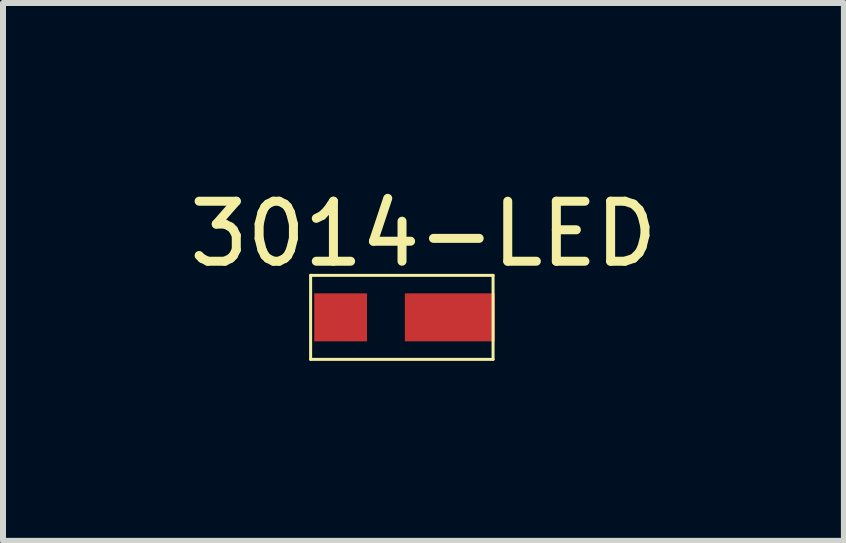
<source format=kicad_pcb>
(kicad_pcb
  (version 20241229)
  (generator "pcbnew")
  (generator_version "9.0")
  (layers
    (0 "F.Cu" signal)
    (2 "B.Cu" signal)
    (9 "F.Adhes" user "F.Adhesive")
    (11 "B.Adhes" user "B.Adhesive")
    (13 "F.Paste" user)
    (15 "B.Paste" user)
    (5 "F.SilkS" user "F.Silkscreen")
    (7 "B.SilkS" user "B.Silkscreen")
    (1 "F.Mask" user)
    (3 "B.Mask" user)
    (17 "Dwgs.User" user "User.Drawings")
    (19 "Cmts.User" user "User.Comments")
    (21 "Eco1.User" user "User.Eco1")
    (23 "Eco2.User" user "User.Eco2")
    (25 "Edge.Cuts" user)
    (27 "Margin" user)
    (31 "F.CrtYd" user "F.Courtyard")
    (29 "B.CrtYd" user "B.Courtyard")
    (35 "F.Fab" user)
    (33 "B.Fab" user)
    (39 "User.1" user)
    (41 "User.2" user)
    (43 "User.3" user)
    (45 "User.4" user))
  (footprint "3014-LED"
    (layer "F.Cu")
    (at 2.626 2.238)
    (property "Reference" "3014-LED" (at 1.38 -1.39 0) (layer "F.SilkS") (effects (font (size 1 1) (thickness 0.15))))
    (attr through_hole)
    (fp_line (start -0.5 -0.7) (end 2.54 -0.7) (stroke (width 0.05) (type solid)) (layer "F.SilkS"))
    (fp_line (start -0.5 0.7) (end -0.5 -0.7) (stroke (width 0.05) (type solid)) (layer "F.SilkS"))
    (fp_line (start 2.54 -0.7) (end 2.54 0.7) (stroke (width 0.05) (type solid)) (layer "F.SilkS"))
    (fp_line (start 2.54 0.7) (end -0.5 0.7) (stroke (width 0.05) (type solid)) (layer "F.SilkS"))
    (pad "1" smd rect (at 1.82 0) (size 1.5 0.8) (layers "F.Cu" "F.Mask" "F.Paste"))
    (pad "2" smd rect (at 0 0) (size 0.88 0.8) (layers "F.Cu" "F.Mask" "F.Paste")))
  (gr_rect
    (start -3 -3)
    (end 11.012 5.963)
    (stroke (width 0.1) (type default))
    (fill no)
    (layer "Edge.Cuts")))
</source>
